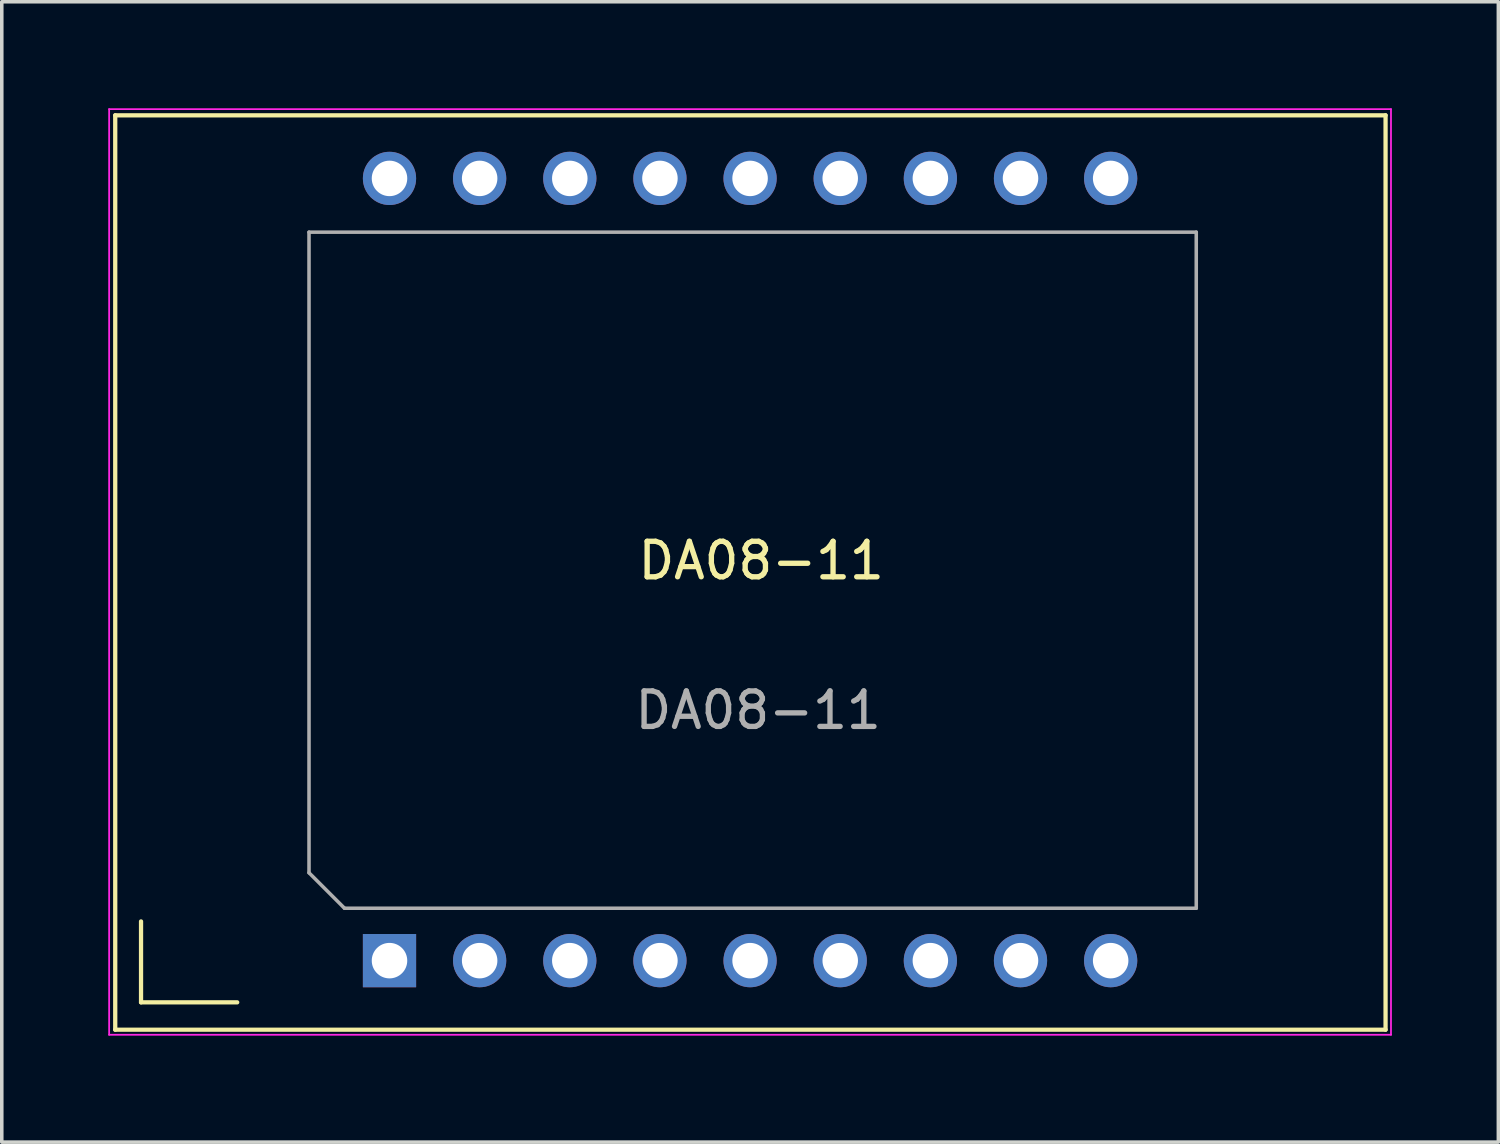
<source format=kicad_pcb>
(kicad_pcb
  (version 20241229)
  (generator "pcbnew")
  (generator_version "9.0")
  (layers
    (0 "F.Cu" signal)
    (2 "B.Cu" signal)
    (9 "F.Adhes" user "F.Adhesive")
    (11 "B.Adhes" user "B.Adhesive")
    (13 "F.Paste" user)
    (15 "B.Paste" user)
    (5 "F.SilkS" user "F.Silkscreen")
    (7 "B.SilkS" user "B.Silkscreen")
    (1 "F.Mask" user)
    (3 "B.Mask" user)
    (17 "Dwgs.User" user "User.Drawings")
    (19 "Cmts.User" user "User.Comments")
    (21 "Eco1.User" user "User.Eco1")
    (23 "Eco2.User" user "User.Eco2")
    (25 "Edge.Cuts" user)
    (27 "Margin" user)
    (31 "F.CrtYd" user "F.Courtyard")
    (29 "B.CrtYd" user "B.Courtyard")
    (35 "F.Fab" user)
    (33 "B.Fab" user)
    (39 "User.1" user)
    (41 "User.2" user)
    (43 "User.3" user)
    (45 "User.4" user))
  (footprint "DA08-11"
    (layer "F.Cu")
    (at 18.059 12.645)
    (property "Reference" "DA08-11" (at 0.34 0.102 180) (layer "F.SilkS") (effects (font (size 1 1) (thickness 0.15))))
    (attr through_hole)
    (fp_line (start -17.862 -12.446) (end 17.932 -12.446) (stroke (width 0.12) (type solid)) (layer "F.SilkS"))
    (fp_line (start -17.862 13.319) (end -17.862 -12.446) (stroke (width 0.12) (type solid)) (layer "F.SilkS"))
    (fp_line (start -17.862 13.319) (end 17.932 13.319) (stroke (width 0.12) (type solid)) (layer "F.SilkS"))
    (fp_line (start -17.135 12.548) (end -17.135 10.268) (stroke (width 0.12) (type solid)) (layer "F.SilkS"))
    (fp_line (start -17.135 12.548) (end -14.425 12.548) (stroke (width 0.12) (type solid)) (layer "F.SilkS"))
    (fp_line (start 17.932 13.319) (end 17.932 -12.446) (stroke (width 0.12) (type solid)) (layer "F.SilkS"))
    (fp_line (start -18.034 -12.62) (end 18.085 -12.62) (stroke (width 0.05) (type solid)) (layer "F.CrtYd"))
    (fp_line (start -18.034 13.462) (end -18.034 -12.62) (stroke (width 0.05) (type solid)) (layer "F.CrtYd"))
    (fp_line (start 18.085 -12.62) (end 18.085 13.462) (stroke (width 0.05) (type solid)) (layer "F.CrtYd"))
    (fp_line (start 18.085 13.462) (end -18.034 13.462) (stroke (width 0.05) (type solid)) (layer "F.CrtYd"))
    (fp_line (start -12.402 -9.153) (end 12.598 -9.153) (stroke (width 0.1) (type solid)) (layer "F.Fab"))
    (fp_line (start -12.402 8.897) (end -12.402 -9.153) (stroke (width 0.1) (type solid)) (layer "F.Fab"))
    (fp_line (start -11.402 9.897) (end -12.402 8.897) (stroke (width 0.1) (type solid)) (layer "F.Fab"))
    (fp_line (start 12.598 -9.153) (end 12.598 9.897) (stroke (width 0.1) (type solid)) (layer "F.Fab"))
    (fp_line (start 12.598 9.897) (end -11.402 9.897) (stroke (width 0.1) (type solid)) (layer "F.Fab"))
    (fp_text user "${REFERENCE}" (at 0.254 4.318 180) (layer "F.Fab") (effects (font (size 1 1) (thickness 0.15))))
    (pad "1" thru_hole rect (at -10.134 11.373 90) (size 1.5 1.5) (drill 1) (layers "*.Cu" "*.Mask"))
    (pad "2" thru_hole circle (at -7.594 11.373 90) (size 1.5 1.5) (drill 1) (layers "*.Cu" "*.Mask"))
    (pad "3" thru_hole circle (at -5.054 11.373 90) (size 1.5 1.5) (drill 1) (layers "*.Cu" "*.Mask"))
    (pad "4" thru_hole circle (at -2.514 11.373 90) (size 1.5 1.5) (drill 1) (layers "*.Cu" "*.Mask"))
    (pad "5" thru_hole circle (at 0.026 11.373 90) (size 1.5 1.5) (drill 1) (layers "*.Cu" "*.Mask"))
    (pad "6" thru_hole circle (at 2.566 11.373 90) (size 1.5 1.5) (drill 1) (layers "*.Cu" "*.Mask"))
    (pad "7" thru_hole circle (at 5.106 11.373 90) (size 1.5 1.5) (drill 1) (layers "*.Cu" "*.Mask"))
    (pad "8" thru_hole circle (at 7.646 11.373 90) (size 1.5 1.5) (drill 1) (layers "*.Cu" "*.Mask"))
    (pad "9" thru_hole circle (at 10.186 11.373 90) (size 1.5 1.5) (drill 1) (layers "*.Cu" "*.Mask"))
    (pad "10" thru_hole circle (at 10.186 -10.668 90) (size 1.5 1.5) (drill 1) (layers "*.Cu" "*.Mask"))
    (pad "11" thru_hole circle (at 7.646 -10.668 90) (size 1.5 1.5) (drill 1) (layers "*.Cu" "*.Mask"))
    (pad "12" thru_hole circle (at 5.106 -10.668 90) (size 1.5 1.5) (drill 1) (layers "*.Cu" "*.Mask"))
    (pad "13" thru_hole circle (at 2.566 -10.668 90) (size 1.5 1.5) (drill 1) (layers "*.Cu" "*.Mask"))
    (pad "14" thru_hole circle (at 0.026 -10.668 90) (size 1.5 1.5) (drill 1) (layers "*.Cu" "*.Mask"))
    (pad "15" thru_hole circle (at -2.514 -10.668 90) (size 1.5 1.5) (drill 1) (layers "*.Cu" "*.Mask"))
    (pad "16" thru_hole circle (at -5.054 -10.668 90) (size 1.5 1.5) (drill 1) (layers "*.Cu" "*.Mask"))
    (pad "17" thru_hole circle (at -7.594 -10.668 90) (size 1.5 1.5) (drill 1) (layers "*.Cu" "*.Mask"))
    (pad "18" thru_hole circle (at -10.134 -10.668 90) (size 1.5 1.5) (drill 1) (layers "*.Cu" "*.Mask")))
  (gr_rect
    (start -3 -3)
    (end 39.169 29.132)
    (stroke (width 0.1) (type default))
    (fill no)
    (layer "Edge.Cuts")))
</source>
